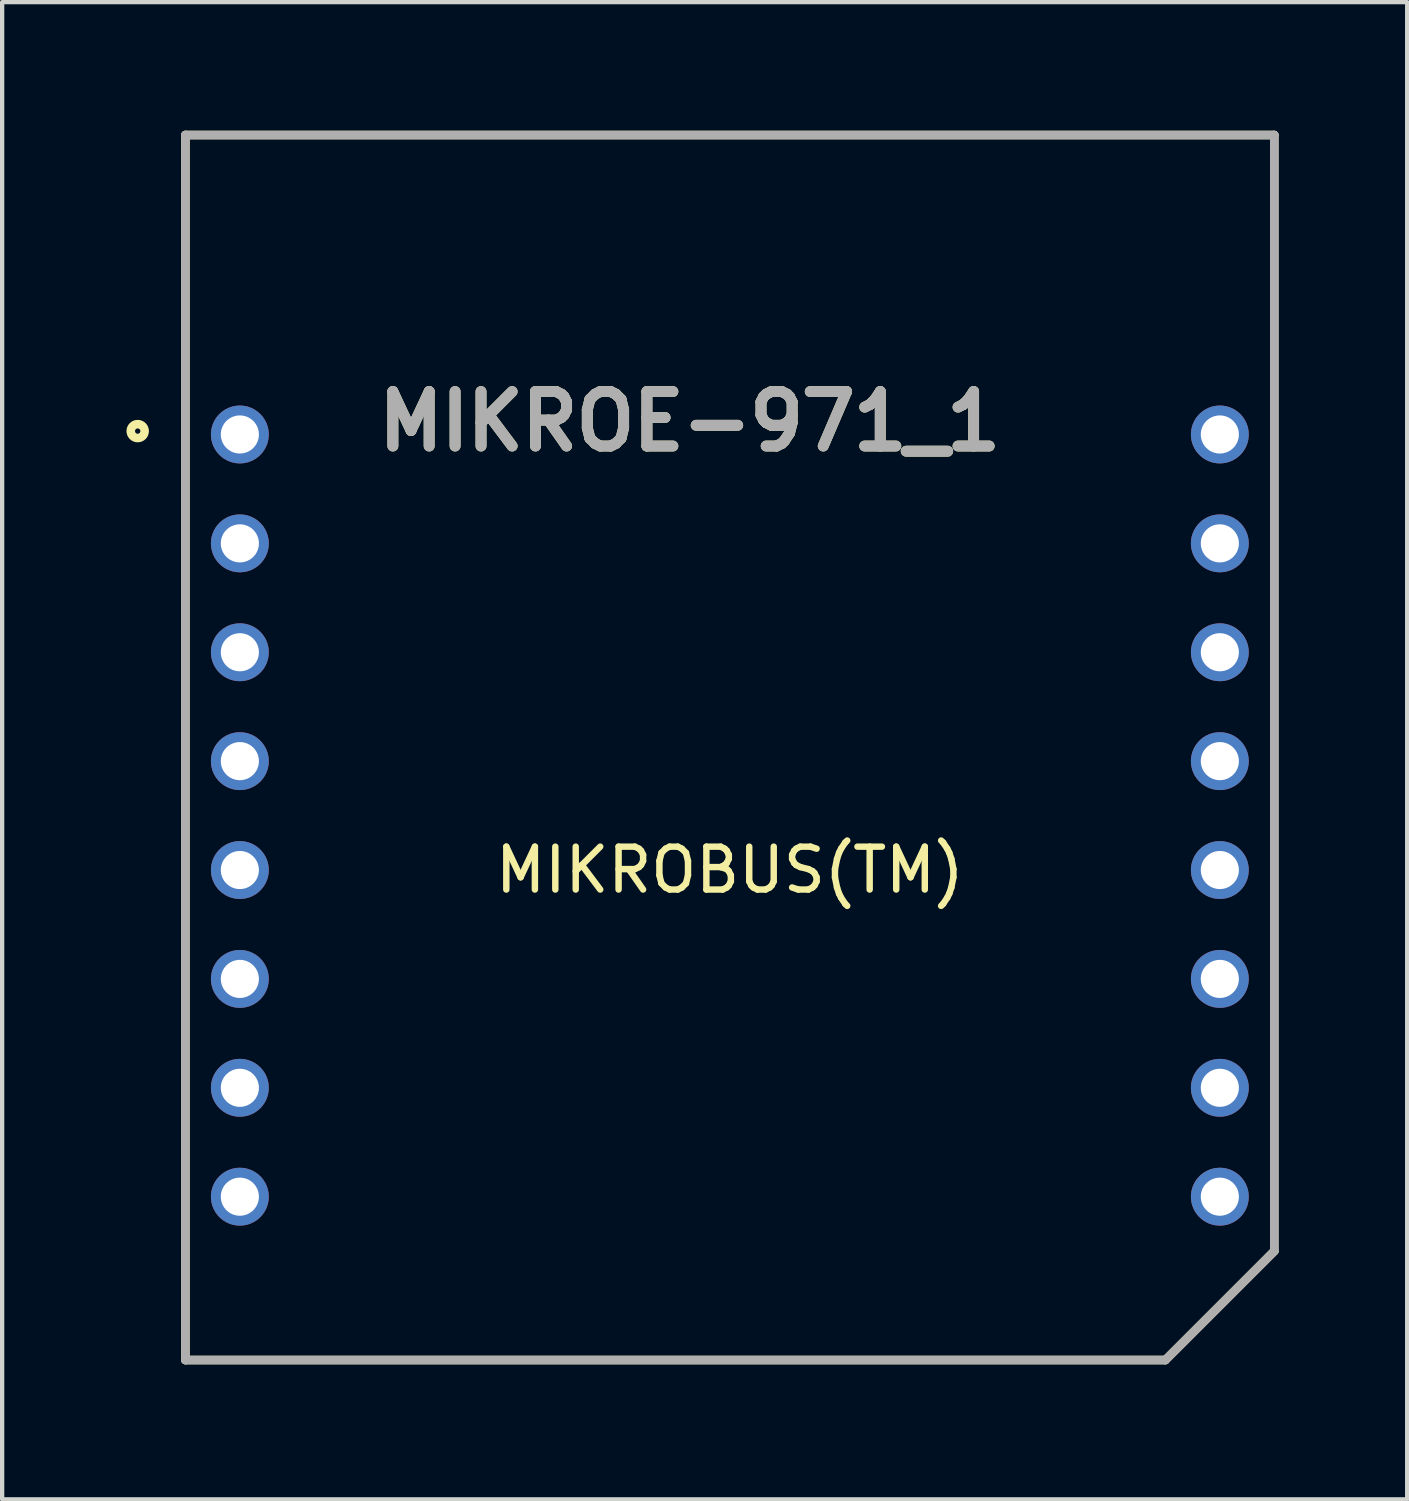
<source format=kicad_pcb>
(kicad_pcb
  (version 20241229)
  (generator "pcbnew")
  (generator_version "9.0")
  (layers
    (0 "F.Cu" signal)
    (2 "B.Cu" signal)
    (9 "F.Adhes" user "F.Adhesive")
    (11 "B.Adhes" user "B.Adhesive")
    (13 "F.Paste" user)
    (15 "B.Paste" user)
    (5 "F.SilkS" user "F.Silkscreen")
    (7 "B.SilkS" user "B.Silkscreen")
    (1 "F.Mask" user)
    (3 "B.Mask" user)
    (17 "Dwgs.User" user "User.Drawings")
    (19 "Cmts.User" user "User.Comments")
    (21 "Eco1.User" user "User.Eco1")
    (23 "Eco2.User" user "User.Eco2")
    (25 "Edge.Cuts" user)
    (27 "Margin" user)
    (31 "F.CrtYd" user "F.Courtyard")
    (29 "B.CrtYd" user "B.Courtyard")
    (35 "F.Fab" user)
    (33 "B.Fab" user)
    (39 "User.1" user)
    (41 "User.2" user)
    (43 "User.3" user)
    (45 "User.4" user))
  (footprint "MIKROE-971_1"
    (layer "F.Cu")
    (at 13.975 28.675)
    (property "Reference" "MIKROE-971_1" (at -0.936 -21.895 0) (layer "F.SilkS") (effects (font (size 1.27 1.27) (thickness 0.254))))
    (attr through_hole)
    (fp_line (start -12.7 -28.575) (end 12.7 -28.575) (stroke (width 0.2) (type solid)) (layer "F.SilkS"))
    (fp_line (start -12.7 0) (end -12.7 -28.575) (stroke (width 0.2) (type solid)) (layer "F.SilkS"))
    (fp_line (start 10.16 0) (end -12.7 0) (stroke (width 0.2) (type solid)) (layer "F.SilkS"))
    (fp_line (start 12.7 -28.575) (end 12.7 -2.54) (stroke (width 0.2) (type solid)) (layer "F.SilkS"))
    (fp_line (start 12.7 -2.54) (end 10.16 0) (stroke (width 0.2) (type solid)) (layer "F.SilkS"))
    (fp_circle (center -13.813 -21.669) (end -13.813 -21.607) (stroke (width 0.2) (type solid)) (fill no) (layer "F.SilkS"))
    (fp_line (start -12.7 -28.575) (end 12.7 -28.575) (stroke (width 0.2) (type solid)) (layer "F.Fab"))
    (fp_line (start -12.7 0) (end -12.7 -28.575) (stroke (width 0.2) (type solid)) (layer "F.Fab"))
    (fp_line (start 10.16 0) (end -12.7 0) (stroke (width 0.2) (type solid)) (layer "F.Fab"))
    (fp_line (start 12.7 -28.575) (end 12.7 -2.54) (stroke (width 0.2) (type solid)) (layer "F.Fab"))
    (fp_line (start 12.7 -2.54) (end 10.16 0) (stroke (width 0.2) (type solid)) (layer "F.Fab"))
    (fp_text user "MIKROBUS(TM)" (at 0 -11.43 0) (layer "F.SilkS") (effects (font (size 1 1) (thickness 0.15))))
    (fp_text user "${REFERENCE}" (at -0.936 -21.895 0) (layer "F.Fab") (effects (font (size 1.27 1.27) (thickness 0.254))))
    (pad "1" thru_hole circle (at -11.43 -21.59) (size 1.35 1.35) (drill 0.889) (layers "*.Cu" "*.Mask"))
    (pad "2" thru_hole circle (at -11.43 -19.05) (size 1.35 1.35) (drill 0.889) (layers "*.Cu" "*.Mask"))
    (pad "3" thru_hole circle (at -11.43 -16.51) (size 1.35 1.35) (drill 0.889) (layers "*.Cu" "*.Mask"))
    (pad "4" thru_hole circle (at -11.43 -13.97) (size 1.35 1.35) (drill 0.889) (layers "*.Cu" "*.Mask"))
    (pad "5" thru_hole circle (at -11.43 -11.43) (size 1.35 1.35) (drill 0.889) (layers "*.Cu" "*.Mask"))
    (pad "6" thru_hole circle (at -11.43 -8.89) (size 1.35 1.35) (drill 0.889) (layers "*.Cu" "*.Mask"))
    (pad "7" thru_hole circle (at -11.43 -6.35) (size 1.35 1.35) (drill 0.889) (layers "*.Cu" "*.Mask"))
    (pad "8" thru_hole circle (at -11.43 -3.81) (size 1.35 1.35) (drill 0.889) (layers "*.Cu" "*.Mask"))
    (pad "9" thru_hole circle (at 11.43 -3.81) (size 1.35 1.35) (drill 0.889) (layers "*.Cu" "*.Mask"))
    (pad "10" thru_hole circle (at 11.43 -6.35) (size 1.35 1.35) (drill 0.889) (layers "*.Cu" "*.Mask"))
    (pad "11" thru_hole circle (at 11.43 -8.89) (size 1.35 1.35) (drill 0.889) (layers "*.Cu" "*.Mask"))
    (pad "12" thru_hole circle (at 11.43 -11.43) (size 1.35 1.35) (drill 0.889) (layers "*.Cu" "*.Mask"))
    (pad "13" thru_hole circle (at 11.43 -13.97) (size 1.35 1.35) (drill 0.889) (layers "*.Cu" "*.Mask"))
    (pad "14" thru_hole circle (at 11.43 -16.51) (size 1.35 1.35) (drill 0.889) (layers "*.Cu" "*.Mask"))
    (pad "15" thru_hole circle (at 11.43 -19.05) (size 1.35 1.35) (drill 0.889) (layers "*.Cu" "*.Mask"))
    (pad "16" thru_hole circle (at 11.43 -21.59) (size 1.35 1.35) (drill 0.889) (layers "*.Cu" "*.Mask")))
  (gr_rect
    (start -3 -3)
    (end 29.775 31.925)
    (stroke (width 0.1) (type default))
    (fill no)
    (layer "Edge.Cuts")))
</source>
